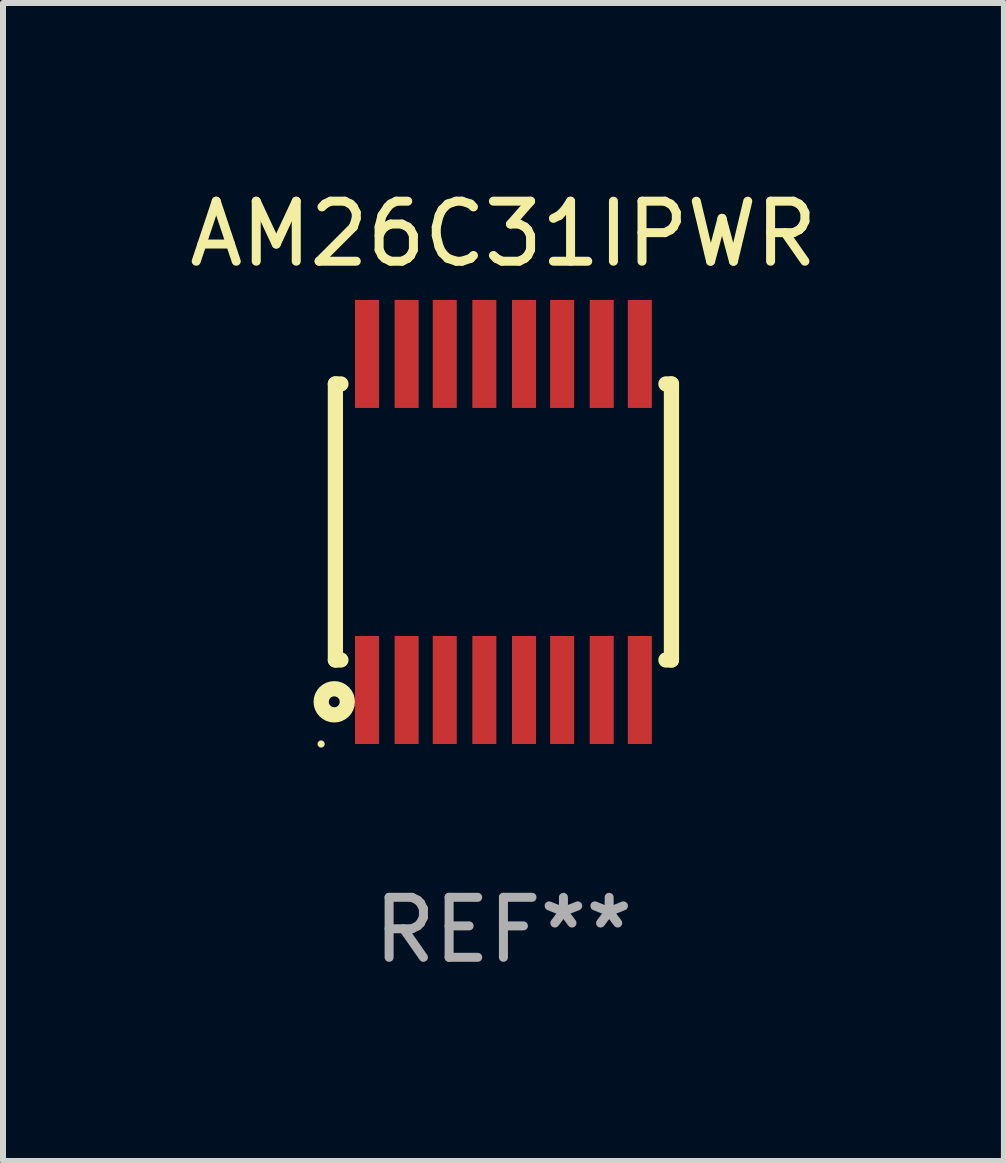
<source format=kicad_pcb>
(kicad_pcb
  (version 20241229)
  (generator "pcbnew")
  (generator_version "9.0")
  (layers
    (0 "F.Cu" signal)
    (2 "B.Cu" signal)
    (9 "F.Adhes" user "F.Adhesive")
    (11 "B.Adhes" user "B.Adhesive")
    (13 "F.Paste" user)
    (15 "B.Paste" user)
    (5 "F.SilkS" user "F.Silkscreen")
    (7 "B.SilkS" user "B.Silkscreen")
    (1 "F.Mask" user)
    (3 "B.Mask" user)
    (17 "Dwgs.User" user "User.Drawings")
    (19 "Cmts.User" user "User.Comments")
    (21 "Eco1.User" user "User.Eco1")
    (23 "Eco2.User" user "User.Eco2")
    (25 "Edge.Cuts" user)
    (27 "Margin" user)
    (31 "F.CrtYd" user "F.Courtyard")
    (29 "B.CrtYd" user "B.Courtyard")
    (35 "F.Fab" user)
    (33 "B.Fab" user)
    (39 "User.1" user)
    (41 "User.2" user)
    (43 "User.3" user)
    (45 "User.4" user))
  (footprint "AM26C31IPWR"
    (layer "F.Cu")
    (at 5.339 5.648)
    (property "Reference" "AM26C31IPWR" (at 0 -4.8 0) (layer "F.SilkS") (effects (font (size 1 1) (thickness 0.15))))
    (attr through_hole)
    (fp_line (start -2.8 -2.3) (end -2.8 2.3) (stroke (width 0.254) (type solid)) (layer "F.SilkS"))
    (fp_line (start -2.8 -2.3) (end -2.708 -2.3) (stroke (width 0.254) (type solid)) (layer "F.SilkS"))
    (fp_line (start -2.8 2.3) (end -2.708 2.3) (stroke (width 0.254) (type solid)) (layer "F.SilkS"))
    (fp_line (start 2.708 -2.3) (end 2.8 -2.3) (stroke (width 0.254) (type solid)) (layer "F.SilkS"))
    (fp_line (start 2.708 2.3) (end 2.8 2.3) (stroke (width 0.254) (type solid)) (layer "F.SilkS"))
    (fp_line (start 2.8 -2.3) (end 2.8 2.3) (stroke (width 0.254) (type solid)) (layer "F.SilkS"))
    (fp_circle (center -3.038 3.7) (end -3.008 3.7) (stroke (width 0.06) (type solid)) (fill no) (layer "F.SilkS"))
    (fp_circle (center -2.819 2.997) (end -2.728 2.997) (stroke (width 0.254) (type solid)) (fill no) (layer "F.SilkS"))
    (fp_text user "REF**" (at 0 6.8 0) (layer "F.Fab") (effects (font (size 1 1) (thickness 0.15))))
    (pad "1" smd rect (at -2.273 2.8 90) (size 1.8 0.4) (layers "F.Cu" "F.Mask" "F.Paste"))
    (pad "2" smd rect (at -1.613 2.8 90) (size 1.8 0.4) (layers "F.Cu" "F.Mask" "F.Paste"))
    (pad "3" smd rect (at -0.978 2.8 90) (size 1.8 0.4) (layers "F.Cu" "F.Mask" "F.Paste"))
    (pad "4" smd rect (at -0.318 2.8 90) (size 1.8 0.4) (layers "F.Cu" "F.Mask" "F.Paste"))
    (pad "5" smd rect (at 0.343 2.8 90) (size 1.8 0.4) (layers "F.Cu" "F.Mask" "F.Paste"))
    (pad "6" smd rect (at 0.978 2.8 90) (size 1.8 0.4) (layers "F.Cu" "F.Mask" "F.Paste"))
    (pad "7" smd rect (at 1.638 2.8 90) (size 1.8 0.4) (layers "F.Cu" "F.Mask" "F.Paste"))
    (pad "8" smd rect (at 2.273 2.8 90) (size 1.8 0.4) (layers "F.Cu" "F.Mask" "F.Paste"))
    (pad "9" smd rect (at 2.273 -2.8 90) (size 1.8 0.4) (layers "F.Cu" "F.Mask" "F.Paste"))
    (pad "10" smd rect (at 1.638 -2.8 90) (size 1.8 0.4) (layers "F.Cu" "F.Mask" "F.Paste"))
    (pad "11" smd rect (at 0.978 -2.8 90) (size 1.8 0.4) (layers "F.Cu" "F.Mask" "F.Paste"))
    (pad "12" smd rect (at 0.343 -2.8 90) (size 1.8 0.4) (layers "F.Cu" "F.Mask" "F.Paste"))
    (pad "13" smd rect (at -0.318 -2.8 90) (size 1.8 0.4) (layers "F.Cu" "F.Mask" "F.Paste"))
    (pad "14" smd rect (at -0.978 -2.8 90) (size 1.8 0.4) (layers "F.Cu" "F.Mask" "F.Paste"))
    (pad "15" smd rect (at -1.613 -2.8 90) (size 1.8 0.4) (layers "F.Cu" "F.Mask" "F.Paste"))
    (pad "16" smd rect (at -2.273 -2.8 90) (size 1.8 0.4) (layers "F.Cu" "F.Mask" "F.Paste")))
  (gr_rect
    (start -3 -3)
    (end 13.679 16.297)
    (stroke (width 0.1) (type default))
    (fill no)
    (layer "Edge.Cuts")))
</source>
